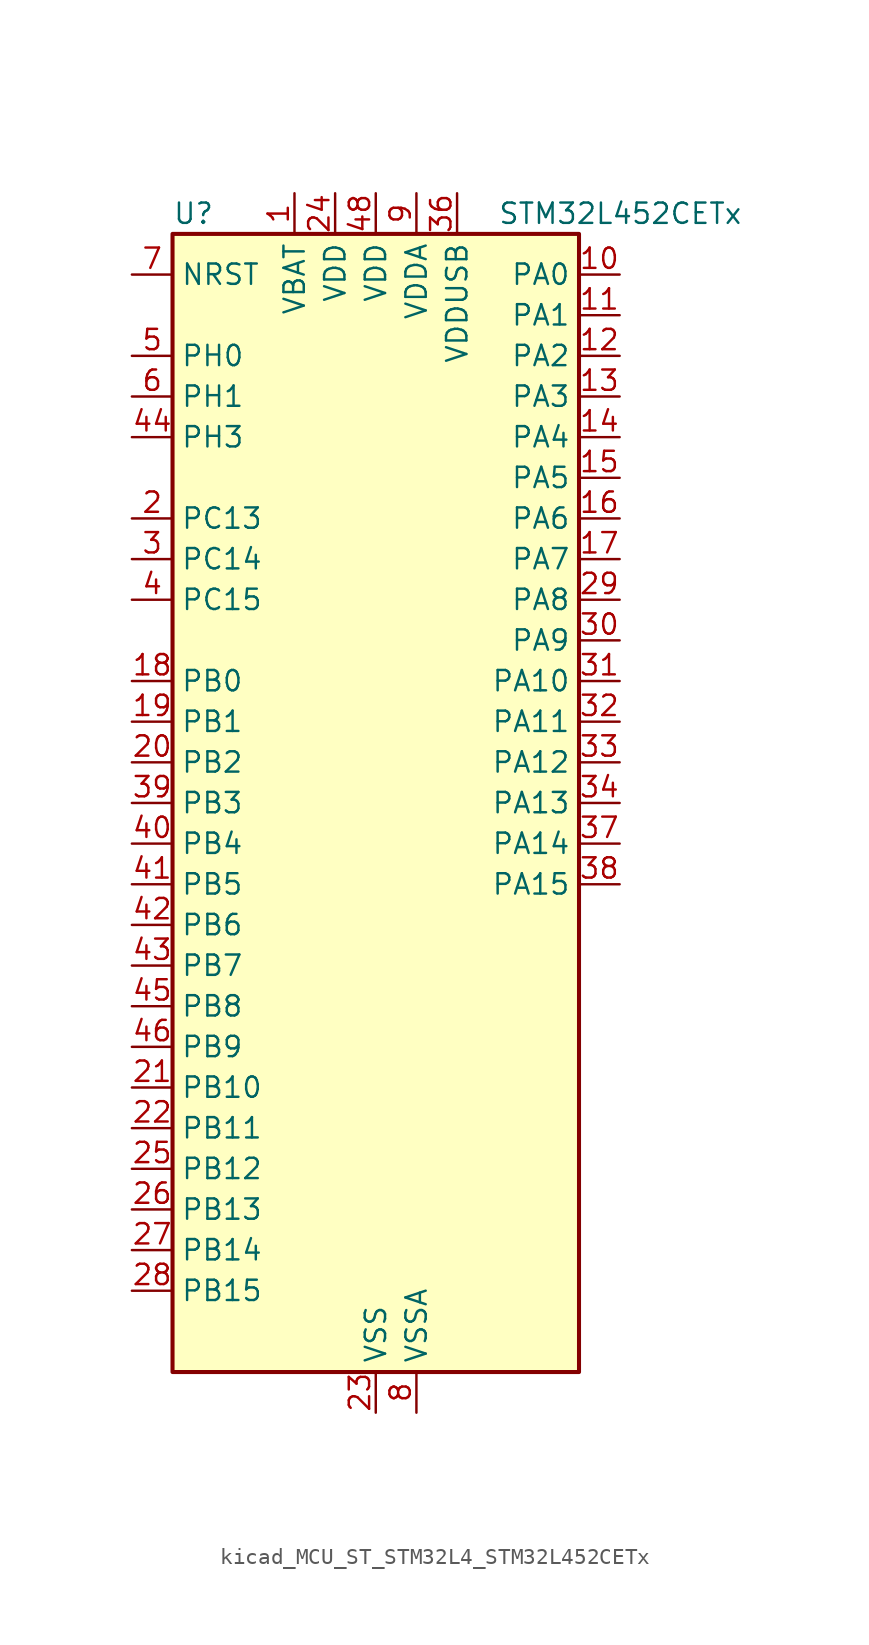
<source format=kicad_sym>
(kicad_symbol_lib
  (version 20220914)
  (generator kicad_symbol_editor)
  (symbol "kicad_MCU_ST_STM32L4_STM32L452CETx"
    (property "Reference" "U"
      (at -12.7 36.83 0)
      (effects (font (size 1.27 1.27)) (justify left)))
    (property "Value" "STM32L452CETx"
      (at 7.62 36.83 0)
      (effects (font (size 1.27 1.27)) (justify left)))
    (property "ki_locked" ""
      (at 0 0 0)
      (effects (font (size 1.27 1.27))))
    (symbol "kicad_MCU_ST_STM32L4_STM32L452CETx_0_1"
      (rectangle (start -12.7 -35.56) (end 12.7 35.56) (stroke (width 0.254) (type default)) (fill (type background))))
    (symbol "kicad_MCU_ST_STM32L4_STM32L452CETx_1_1"
      (pin power_in line (at -5.08 38.1 270) (length 2.54) (name "VBAT" (effects (font (size 1.27 1.27)))) (number "1" (effects (font (size 1.27 1.27)))))
      (pin bidirectional line (at 15.24 33.02 180) (length 2.54) (name "PA0" (effects (font (size 1.27 1.27)))) (number "10" (effects (font (size 1.27 1.27)))) (alternate "ADC1_IN5" bidirectional line) (alternate "COMP1_INM" bidirectional line) (alternate "COMP1_OUT" bidirectional line) (alternate "OPAMP1_VINP" bidirectional line) (alternate "RTC_TAMP2" bidirectional line) (alternate "SAI1_EXTCLK" bidirectional line) (alternate "SYS_WKUP1" bidirectional line) (alternate "TIM2_CH1" bidirectional line) (alternate "TIM2_ETR" bidirectional line) (alternate "UART4_TX" bidirectional line) (alternate "USART2_CTS" bidirectional line))
      (pin bidirectional line (at 15.24 30.48 180) (length 2.54) (name "PA1" (effects (font (size 1.27 1.27)))) (number "11" (effects (font (size 1.27 1.27)))) (alternate "ADC1_IN6" bidirectional line) (alternate "COMP1_INP" bidirectional line) (alternate "I2C1_SMBA" bidirectional line) (alternate "OPAMP1_VINM" bidirectional line) (alternate "SPI1_SCK" bidirectional line) (alternate "TIM15_CH1N" bidirectional line) (alternate "TIM2_CH2" bidirectional line) (alternate "UART4_RX" bidirectional line) (alternate "USART2_DE" bidirectional line) (alternate "USART2_RTS" bidirectional line))
      (pin bidirectional line (at 15.24 27.94 180) (length 2.54) (name "PA2" (effects (font (size 1.27 1.27)))) (number "12" (effects (font (size 1.27 1.27)))) (alternate "ADC1_IN7" bidirectional line) (alternate "COMP2_INM" bidirectional line) (alternate "COMP2_OUT" bidirectional line) (alternate "LPUART1_TX" bidirectional line) (alternate "QUADSPI_BK1_NCS" bidirectional line) (alternate "RCC_LSCO" bidirectional line) (alternate "SYS_WKUP4" bidirectional line) (alternate "TIM15_CH1" bidirectional line) (alternate "TIM2_CH3" bidirectional line) (alternate "USART2_TX" bidirectional line))
      (pin bidirectional line (at 15.24 25.4 180) (length 2.54) (name "PA3" (effects (font (size 1.27 1.27)))) (number "13" (effects (font (size 1.27 1.27)))) (alternate "ADC1_IN8" bidirectional line) (alternate "COMP2_INP" bidirectional line) (alternate "LPUART1_RX" bidirectional line) (alternate "OPAMP1_VOUT" bidirectional line) (alternate "QUADSPI_CLK" bidirectional line) (alternate "SAI1_MCLK_A" bidirectional line) (alternate "TIM15_CH2" bidirectional line) (alternate "TIM2_CH4" bidirectional line) (alternate "USART2_RX" bidirectional line))
      (pin bidirectional line (at 15.24 22.86 180) (length 2.54) (name "PA4" (effects (font (size 1.27 1.27)))) (number "14" (effects (font (size 1.27 1.27)))) (alternate "ADC1_IN9" bidirectional line) (alternate "COMP1_INM" bidirectional line) (alternate "COMP2_INM" bidirectional line) (alternate "DAC1_OUT1" bidirectional line) (alternate "LPTIM2_OUT" bidirectional line) (alternate "SAI1_FS_B" bidirectional line) (alternate "SPI1_NSS" bidirectional line) (alternate "SPI3_NSS" bidirectional line) (alternate "USART2_CK" bidirectional line))
      (pin bidirectional line (at 15.24 20.32 180) (length 2.54) (name "PA5" (effects (font (size 1.27 1.27)))) (number "15" (effects (font (size 1.27 1.27)))) (alternate "ADC1_IN10" bidirectional line) (alternate "COMP1_INM" bidirectional line) (alternate "COMP2_INM" bidirectional line) (alternate "DFSDM1_CKOUT" bidirectional line) (alternate "LPTIM2_ETR" bidirectional line) (alternate "SPI1_SCK" bidirectional line) (alternate "TIM2_CH1" bidirectional line) (alternate "TIM2_ETR" bidirectional line))
      (pin bidirectional line (at 15.24 17.78 180) (length 2.54) (name "PA6" (effects (font (size 1.27 1.27)))) (number "16" (effects (font (size 1.27 1.27)))) (alternate "ADC1_IN11" bidirectional line) (alternate "COMP1_OUT" bidirectional line) (alternate "LPUART1_CTS" bidirectional line) (alternate "QUADSPI_BK1_IO3" bidirectional line) (alternate "SPI1_MISO" bidirectional line) (alternate "TIM16_CH1" bidirectional line) (alternate "TIM1_BKIN" bidirectional line) (alternate "TIM1_BKIN_COMP2" bidirectional line) (alternate "TIM3_CH1" bidirectional line) (alternate "USART3_CTS" bidirectional line))
      (pin bidirectional line (at 15.24 15.24 180) (length 2.54) (name "PA7" (effects (font (size 1.27 1.27)))) (number "17" (effects (font (size 1.27 1.27)))) (alternate "ADC1_IN12" bidirectional line) (alternate "COMP2_OUT" bidirectional line) (alternate "DFSDM1_DATIN0" bidirectional line) (alternate "I2C3_SCL" bidirectional line) (alternate "QUADSPI_BK1_IO2" bidirectional line) (alternate "SPI1_MOSI" bidirectional line) (alternate "TIM1_CH1N" bidirectional line) (alternate "TIM3_CH2" bidirectional line))
      (pin bidirectional line (at -15.24 7.62 0) (length 2.54) (name "PB0" (effects (font (size 1.27 1.27)))) (number "18" (effects (font (size 1.27 1.27)))) (alternate "ADC1_IN15" bidirectional line) (alternate "COMP1_OUT" bidirectional line) (alternate "DFSDM1_CKIN0" bidirectional line) (alternate "QUADSPI_BK1_IO1" bidirectional line) (alternate "SAI1_EXTCLK" bidirectional line) (alternate "SPI1_NSS" bidirectional line) (alternate "TIM1_CH2N" bidirectional line) (alternate "TIM3_CH3" bidirectional line) (alternate "USART3_CK" bidirectional line))
      (pin bidirectional line (at -15.24 5.08 0) (length 2.54) (name "PB1" (effects (font (size 1.27 1.27)))) (number "19" (effects (font (size 1.27 1.27)))) (alternate "ADC1_IN16" bidirectional line) (alternate "COMP1_INM" bidirectional line) (alternate "DFSDM1_DATIN0" bidirectional line) (alternate "LPTIM2_IN1" bidirectional line) (alternate "LPUART1_DE" bidirectional line) (alternate "LPUART1_RTS" bidirectional line) (alternate "QUADSPI_BK1_IO0" bidirectional line) (alternate "TIM1_CH3N" bidirectional line) (alternate "TIM3_CH4" bidirectional line) (alternate "USART3_DE" bidirectional line) (alternate "USART3_RTS" bidirectional line))
      (pin bidirectional line (at -15.24 17.78 0) (length 2.54) (name "PC13" (effects (font (size 1.27 1.27)))) (number "2" (effects (font (size 1.27 1.27)))) (alternate "RTC_OUT_ALARM" bidirectional line) (alternate "RTC_OUT_CALIB" bidirectional line) (alternate "RTC_TAMP1" bidirectional line) (alternate "RTC_TS" bidirectional line) (alternate "SYS_WKUP2" bidirectional line))
      (pin bidirectional line (at -15.24 2.54 0) (length 2.54) (name "PB2" (effects (font (size 1.27 1.27)))) (number "20" (effects (font (size 1.27 1.27)))) (alternate "COMP1_INP" bidirectional line) (alternate "DFSDM1_CKIN0" bidirectional line) (alternate "I2C3_SMBA" bidirectional line) (alternate "LPTIM1_OUT" bidirectional line) (alternate "RTC_OUT_ALARM" bidirectional line) (alternate "RTC_OUT_CALIB" bidirectional line))
      (pin bidirectional line (at -15.24 -17.78 0) (length 2.54) (name "PB10" (effects (font (size 1.27 1.27)))) (number "21" (effects (font (size 1.27 1.27)))) (alternate "COMP1_OUT" bidirectional line) (alternate "I2C2_SCL" bidirectional line) (alternate "I2C4_SCL" bidirectional line) (alternate "LPUART1_RX" bidirectional line) (alternate "QUADSPI_CLK" bidirectional line) (alternate "SAI1_SCK_A" bidirectional line) (alternate "SPI2_SCK" bidirectional line) (alternate "TIM2_CH3" bidirectional line) (alternate "TSC_SYNC" bidirectional line) (alternate "USART3_TX" bidirectional line))
      (pin bidirectional line (at -15.24 -20.32 0) (length 2.54) (name "PB11" (effects (font (size 1.27 1.27)))) (number "22" (effects (font (size 1.27 1.27)))) (alternate "ADC1_EXTI11" bidirectional line) (alternate "COMP2_OUT" bidirectional line) (alternate "I2C2_SDA" bidirectional line) (alternate "I2C4_SDA" bidirectional line) (alternate "LPUART1_TX" bidirectional line) (alternate "QUADSPI_BK1_NCS" bidirectional line) (alternate "TIM2_CH4" bidirectional line) (alternate "USART3_RX" bidirectional line))
      (pin power_in line (at 0 -38.1 90) (length 2.54) (name "VSS" (effects (font (size 1.27 1.27)))) (number "23" (effects (font (size 1.27 1.27)))))
      (pin power_in line (at -2.54 38.1 270) (length 2.54) (name "VDD" (effects (font (size 1.27 1.27)))) (number "24" (effects (font (size 1.27 1.27)))))
      (pin bidirectional line (at -15.24 -22.86 0) (length 2.54) (name "PB12" (effects (font (size 1.27 1.27)))) (number "25" (effects (font (size 1.27 1.27)))) (alternate "CAN1_RX" bidirectional line) (alternate "DFSDM1_DATIN1" bidirectional line) (alternate "I2C2_SMBA" bidirectional line) (alternate "LPUART1_DE" bidirectional line) (alternate "LPUART1_RTS" bidirectional line) (alternate "SAI1_FS_A" bidirectional line) (alternate "SPI2_NSS" bidirectional line) (alternate "TIM15_BKIN" bidirectional line) (alternate "TIM1_BKIN" bidirectional line) (alternate "TIM1_BKIN_COMP2" bidirectional line) (alternate "TSC_G1_IO1" bidirectional line) (alternate "USART3_CK" bidirectional line))
      (pin bidirectional line (at -15.24 -25.4 0) (length 2.54) (name "PB13" (effects (font (size 1.27 1.27)))) (number "26" (effects (font (size 1.27 1.27)))) (alternate "CAN1_TX" bidirectional line) (alternate "DFSDM1_CKIN1" bidirectional line) (alternate "I2C2_SCL" bidirectional line) (alternate "LPUART1_CTS" bidirectional line) (alternate "SAI1_SCK_A" bidirectional line) (alternate "SPI2_SCK" bidirectional line) (alternate "TIM15_CH1N" bidirectional line) (alternate "TIM1_CH1N" bidirectional line) (alternate "TSC_G1_IO2" bidirectional line) (alternate "USART3_CTS" bidirectional line))
      (pin bidirectional line (at -15.24 -27.94 0) (length 2.54) (name "PB14" (effects (font (size 1.27 1.27)))) (number "27" (effects (font (size 1.27 1.27)))) (alternate "DFSDM1_DATIN2" bidirectional line) (alternate "I2C2_SDA" bidirectional line) (alternate "SAI1_MCLK_A" bidirectional line) (alternate "SPI2_MISO" bidirectional line) (alternate "TIM15_CH1" bidirectional line) (alternate "TIM1_CH2N" bidirectional line) (alternate "TSC_G1_IO3" bidirectional line) (alternate "USART3_DE" bidirectional line) (alternate "USART3_RTS" bidirectional line))
      (pin bidirectional line (at -15.24 -30.48 0) (length 2.54) (name "PB15" (effects (font (size 1.27 1.27)))) (number "28" (effects (font (size 1.27 1.27)))) (alternate "ADC1_EXTI15" bidirectional line) (alternate "DFSDM1_CKIN2" bidirectional line) (alternate "RTC_REFIN" bidirectional line) (alternate "SAI1_SD_A" bidirectional line) (alternate "SPI2_MOSI" bidirectional line) (alternate "TIM15_CH2" bidirectional line) (alternate "TIM1_CH3N" bidirectional line) (alternate "TSC_G1_IO4" bidirectional line))
      (pin bidirectional line (at 15.24 12.7 180) (length 2.54) (name "PA8" (effects (font (size 1.27 1.27)))) (number "29" (effects (font (size 1.27 1.27)))) (alternate "DFSDM1_CKIN1" bidirectional line) (alternate "LPTIM2_OUT" bidirectional line) (alternate "RCC_MCO" bidirectional line) (alternate "SAI1_SCK_A" bidirectional line) (alternate "TIM1_CH1" bidirectional line) (alternate "USART1_CK" bidirectional line))
      (pin bidirectional line (at -15.24 15.24 0) (length 2.54) (name "PC14" (effects (font (size 1.27 1.27)))) (number "3" (effects (font (size 1.27 1.27)))) (alternate "RCC_OSC32_IN" bidirectional line))
      (pin bidirectional line (at 15.24 10.16 180) (length 2.54) (name "PA9" (effects (font (size 1.27 1.27)))) (number "30" (effects (font (size 1.27 1.27)))) (alternate "DAC1_EXTI9" bidirectional line) (alternate "DFSDM1_DATIN1" bidirectional line) (alternate "I2C1_SCL" bidirectional line) (alternate "SAI1_FS_A" bidirectional line) (alternate "TIM15_BKIN" bidirectional line) (alternate "TIM1_CH2" bidirectional line) (alternate "USART1_TX" bidirectional line))
      (pin bidirectional line (at 15.24 7.62 180) (length 2.54) (name "PA10" (effects (font (size 1.27 1.27)))) (number "31" (effects (font (size 1.27 1.27)))) (alternate "CRS_SYNC" bidirectional line) (alternate "I2C1_SDA" bidirectional line) (alternate "SAI1_SD_A" bidirectional line) (alternate "TIM1_CH3" bidirectional line) (alternate "USART1_RX" bidirectional line))
      (pin bidirectional line (at 15.24 5.08 180) (length 2.54) (name "PA11" (effects (font (size 1.27 1.27)))) (number "32" (effects (font (size 1.27 1.27)))) (alternate "ADC1_EXTI11" bidirectional line) (alternate "CAN1_RX" bidirectional line) (alternate "COMP1_OUT" bidirectional line) (alternate "SPI1_MISO" bidirectional line) (alternate "TIM1_BKIN2" bidirectional line) (alternate "TIM1_BKIN2_COMP1" bidirectional line) (alternate "TIM1_CH4" bidirectional line) (alternate "USART1_CTS" bidirectional line) (alternate "USB_DM" bidirectional line))
      (pin bidirectional line (at 15.24 2.54 180) (length 2.54) (name "PA12" (effects (font (size 1.27 1.27)))) (number "33" (effects (font (size 1.27 1.27)))) (alternate "CAN1_TX" bidirectional line) (alternate "SPI1_MOSI" bidirectional line) (alternate "TIM1_ETR" bidirectional line) (alternate "USART1_DE" bidirectional line) (alternate "USART1_RTS" bidirectional line) (alternate "USB_DP" bidirectional line))
      (pin bidirectional line (at 15.24 0 180) (length 2.54) (name "PA13" (effects (font (size 1.27 1.27)))) (number "34" (effects (font (size 1.27 1.27)))) (alternate "IR_OUT" bidirectional line) (alternate "SAI1_SD_B" bidirectional line) (alternate "SYS_JTMS-SWDIO" bidirectional line) (alternate "USB_NOE" bidirectional line))
      (pin passive line (at 0 -38.1 90) (length 2.54) hide (name "VSS" (effects (font (size 1.27 1.27)))) (number "35" (effects (font (size 1.27 1.27)))))
      (pin power_in line (at 5.08 38.1 270) (length 2.54) (name "VDDUSB" (effects (font (size 1.27 1.27)))) (number "36" (effects (font (size 1.27 1.27)))))
      (pin bidirectional line (at 15.24 -2.54 180) (length 2.54) (name "PA14" (effects (font (size 1.27 1.27)))) (number "37" (effects (font (size 1.27 1.27)))) (alternate "I2C1_SMBA" bidirectional line) (alternate "I2C4_SMBA" bidirectional line) (alternate "LPTIM1_OUT" bidirectional line) (alternate "SAI1_FS_B" bidirectional line) (alternate "SYS_JTCK-SWCLK" bidirectional line))
      (pin bidirectional line (at 15.24 -5.08 180) (length 2.54) (name "PA15" (effects (font (size 1.27 1.27)))) (number "38" (effects (font (size 1.27 1.27)))) (alternate "ADC1_EXTI15" bidirectional line) (alternate "SPI1_NSS" bidirectional line) (alternate "SPI3_NSS" bidirectional line) (alternate "SYS_JTDI" bidirectional line) (alternate "TIM2_CH1" bidirectional line) (alternate "TIM2_ETR" bidirectional line) (alternate "UART4_DE" bidirectional line) (alternate "UART4_RTS" bidirectional line) (alternate "USART2_RX" bidirectional line) (alternate "USART3_DE" bidirectional line) (alternate "USART3_RTS" bidirectional line))
      (pin bidirectional line (at -15.24 0 0) (length 2.54) (name "PB3" (effects (font (size 1.27 1.27)))) (number "39" (effects (font (size 1.27 1.27)))) (alternate "COMP2_INM" bidirectional line) (alternate "SAI1_SCK_B" bidirectional line) (alternate "SPI1_SCK" bidirectional line) (alternate "SPI3_SCK" bidirectional line) (alternate "SYS_JTDO-SWO" bidirectional line) (alternate "TIM2_CH2" bidirectional line) (alternate "USART1_DE" bidirectional line) (alternate "USART1_RTS" bidirectional line))
      (pin bidirectional line (at -15.24 12.7 0) (length 2.54) (name "PC15" (effects (font (size 1.27 1.27)))) (number "4" (effects (font (size 1.27 1.27)))) (alternate "ADC1_EXTI15" bidirectional line) (alternate "RCC_OSC32_OUT" bidirectional line))
      (pin bidirectional line (at -15.24 -2.54 0) (length 2.54) (name "PB4" (effects (font (size 1.27 1.27)))) (number "40" (effects (font (size 1.27 1.27)))) (alternate "COMP2_INP" bidirectional line) (alternate "I2C3_SDA" bidirectional line) (alternate "SAI1_MCLK_B" bidirectional line) (alternate "SPI1_MISO" bidirectional line) (alternate "SPI3_MISO" bidirectional line) (alternate "SYS_JTRST" bidirectional line) (alternate "TIM3_CH1" bidirectional line) (alternate "TSC_G2_IO1" bidirectional line) (alternate "USART1_CTS" bidirectional line))
      (pin bidirectional line (at -15.24 -5.08 0) (length 2.54) (name "PB5" (effects (font (size 1.27 1.27)))) (number "41" (effects (font (size 1.27 1.27)))) (alternate "CAN1_RX" bidirectional line) (alternate "COMP2_OUT" bidirectional line) (alternate "I2C1_SMBA" bidirectional line) (alternate "LPTIM1_IN1" bidirectional line) (alternate "SAI1_SD_B" bidirectional line) (alternate "SPI1_MOSI" bidirectional line) (alternate "SPI3_MOSI" bidirectional line) (alternate "TIM16_BKIN" bidirectional line) (alternate "TIM3_CH2" bidirectional line) (alternate "TSC_G2_IO2" bidirectional line) (alternate "USART1_CK" bidirectional line))
      (pin bidirectional line (at -15.24 -7.62 0) (length 2.54) (name "PB6" (effects (font (size 1.27 1.27)))) (number "42" (effects (font (size 1.27 1.27)))) (alternate "CAN1_TX" bidirectional line) (alternate "COMP2_INP" bidirectional line) (alternate "I2C1_SCL" bidirectional line) (alternate "I2C4_SCL" bidirectional line) (alternate "LPTIM1_ETR" bidirectional line) (alternate "SAI1_FS_B" bidirectional line) (alternate "TIM16_CH1N" bidirectional line) (alternate "TSC_G2_IO3" bidirectional line) (alternate "USART1_TX" bidirectional line))
      (pin bidirectional line (at -15.24 -10.16 0) (length 2.54) (name "PB7" (effects (font (size 1.27 1.27)))) (number "43" (effects (font (size 1.27 1.27)))) (alternate "COMP2_INM" bidirectional line) (alternate "I2C1_SDA" bidirectional line) (alternate "I2C4_SDA" bidirectional line) (alternate "LPTIM1_IN2" bidirectional line) (alternate "SYS_PVD_IN" bidirectional line) (alternate "TSC_G2_IO4" bidirectional line) (alternate "UART4_CTS" bidirectional line) (alternate "USART1_RX" bidirectional line))
      (pin bidirectional line (at -15.24 22.86 0) (length 2.54) (name "PH3" (effects (font (size 1.27 1.27)))) (number "44" (effects (font (size 1.27 1.27)))))
      (pin bidirectional line (at -15.24 -12.7 0) (length 2.54) (name "PB8" (effects (font (size 1.27 1.27)))) (number "45" (effects (font (size 1.27 1.27)))) (alternate "CAN1_RX" bidirectional line) (alternate "I2C1_SCL" bidirectional line) (alternate "SAI1_MCLK_A" bidirectional line) (alternate "TIM16_CH1" bidirectional line))
      (pin bidirectional line (at -15.24 -15.24 0) (length 2.54) (name "PB9" (effects (font (size 1.27 1.27)))) (number "46" (effects (font (size 1.27 1.27)))) (alternate "CAN1_TX" bidirectional line) (alternate "DAC1_EXTI9" bidirectional line) (alternate "I2C1_SDA" bidirectional line) (alternate "IR_OUT" bidirectional line) (alternate "SAI1_FS_A" bidirectional line) (alternate "SPI2_NSS" bidirectional line))
      (pin passive line (at 0 -38.1 90) (length 2.54) hide (name "VSS" (effects (font (size 1.27 1.27)))) (number "47" (effects (font (size 1.27 1.27)))))
      (pin power_in line (at 0 38.1 270) (length 2.54) (name "VDD" (effects (font (size 1.27 1.27)))) (number "48" (effects (font (size 1.27 1.27)))))
      (pin bidirectional line (at -15.24 27.94 0) (length 2.54) (name "PH0" (effects (font (size 1.27 1.27)))) (number "5" (effects (font (size 1.27 1.27)))) (alternate "RCC_OSC_IN" bidirectional line))
      (pin bidirectional line (at -15.24 25.4 0) (length 2.54) (name "PH1" (effects (font (size 1.27 1.27)))) (number "6" (effects (font (size 1.27 1.27)))) (alternate "RCC_OSC_OUT" bidirectional line))
      (pin input line (at -15.24 33.02 0) (length 2.54) (name "NRST" (effects (font (size 1.27 1.27)))) (number "7" (effects (font (size 1.27 1.27)))))
      (pin power_in line (at 2.54 -38.1 90) (length 2.54) (name "VSSA" (effects (font (size 1.27 1.27)))) (number "8" (effects (font (size 1.27 1.27)))))
      (pin power_in line (at 2.54 38.1 270) (length 2.54) (name "VDDA" (effects (font (size 1.27 1.27)))) (number "9" (effects (font (size 1.27 1.27))))))))
</source>
